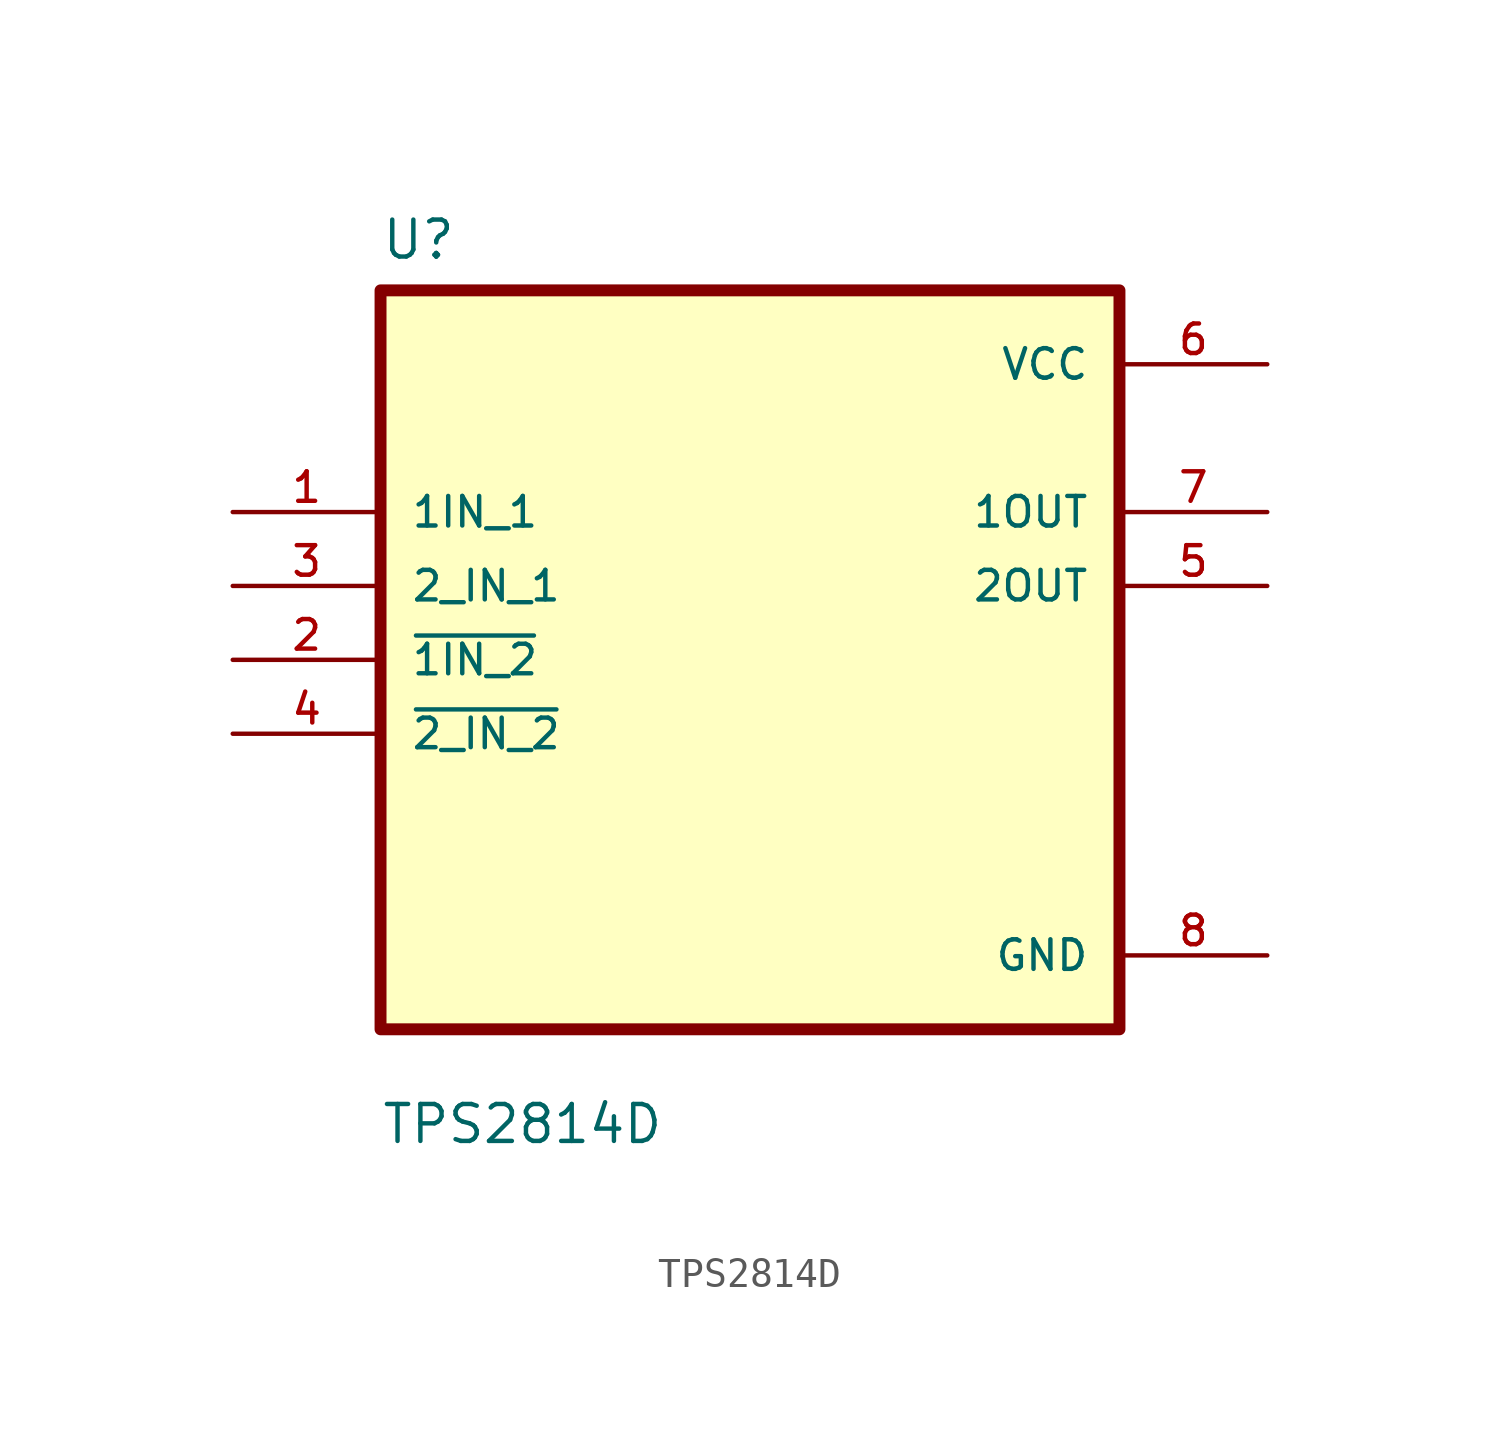
<source format=kicad_sym>
(kicad_symbol_lib
  (version 20211014)
  (generator kicad_symbol_editor)
  (symbol "TPS2814D"
    (pin_names
      (offset 1.016))
    (property "Reference" "U"
      (at -12.7 13.7 0.0)
      (effects (font (size 1.27 1.27)) (justify bottom left)))
    (property "Value" "TPS2814D"
      (at -12.7 -16.7 0.0)
      (effects (font (size 1.27 1.27)) (justify bottom left)))
    (symbol "TPS2814D_0_0"
      (rectangle (start -12.7 -12.7) (end 12.7 12.7) (stroke (width 0.41)) (fill (type background)))
      (pin input line (at -17.78 5.08 0) (length 5.08) (name "1IN_1" (effects (font (size 1.016 1.016)))) (number "1" (effects (font (size 1.016 1.016)))))
      (pin input line (at -17.78 2.54 0) (length 5.08) (name "2_IN_1" (effects (font (size 1.016 1.016)))) (number "3" (effects (font (size 1.016 1.016)))))
      (pin input line (at -17.78 -8.88178e-16 0) (length 5.08) (name "~{1IN_2}" (effects (font (size 1.016 1.016)))) (number "2" (effects (font (size 1.016 1.016)))))
      (pin input line (at -17.78 -2.54 0) (length 5.08) (name "~{2_IN_2}" (effects (font (size 1.016 1.016)))) (number "4" (effects (font (size 1.016 1.016)))))
      (pin power_in line (at 17.78 10.16 180.0) (length 5.08) (name "VCC" (effects (font (size 1.016 1.016)))) (number "6" (effects (font (size 1.016 1.016)))))
      (pin output line (at 17.78 5.08 180.0) (length 5.08) (name "1OUT" (effects (font (size 1.016 1.016)))) (number "7" (effects (font (size 1.016 1.016)))))
      (pin output line (at 17.78 2.54 180.0) (length 5.08) (name "2OUT" (effects (font (size 1.016 1.016)))) (number "5" (effects (font (size 1.016 1.016)))))
      (pin power_in line (at 17.78 -10.16 180.0) (length 5.08) (name "GND" (effects (font (size 1.016 1.016)))) (number "8" (effects (font (size 1.016 1.016))))))))
</source>
